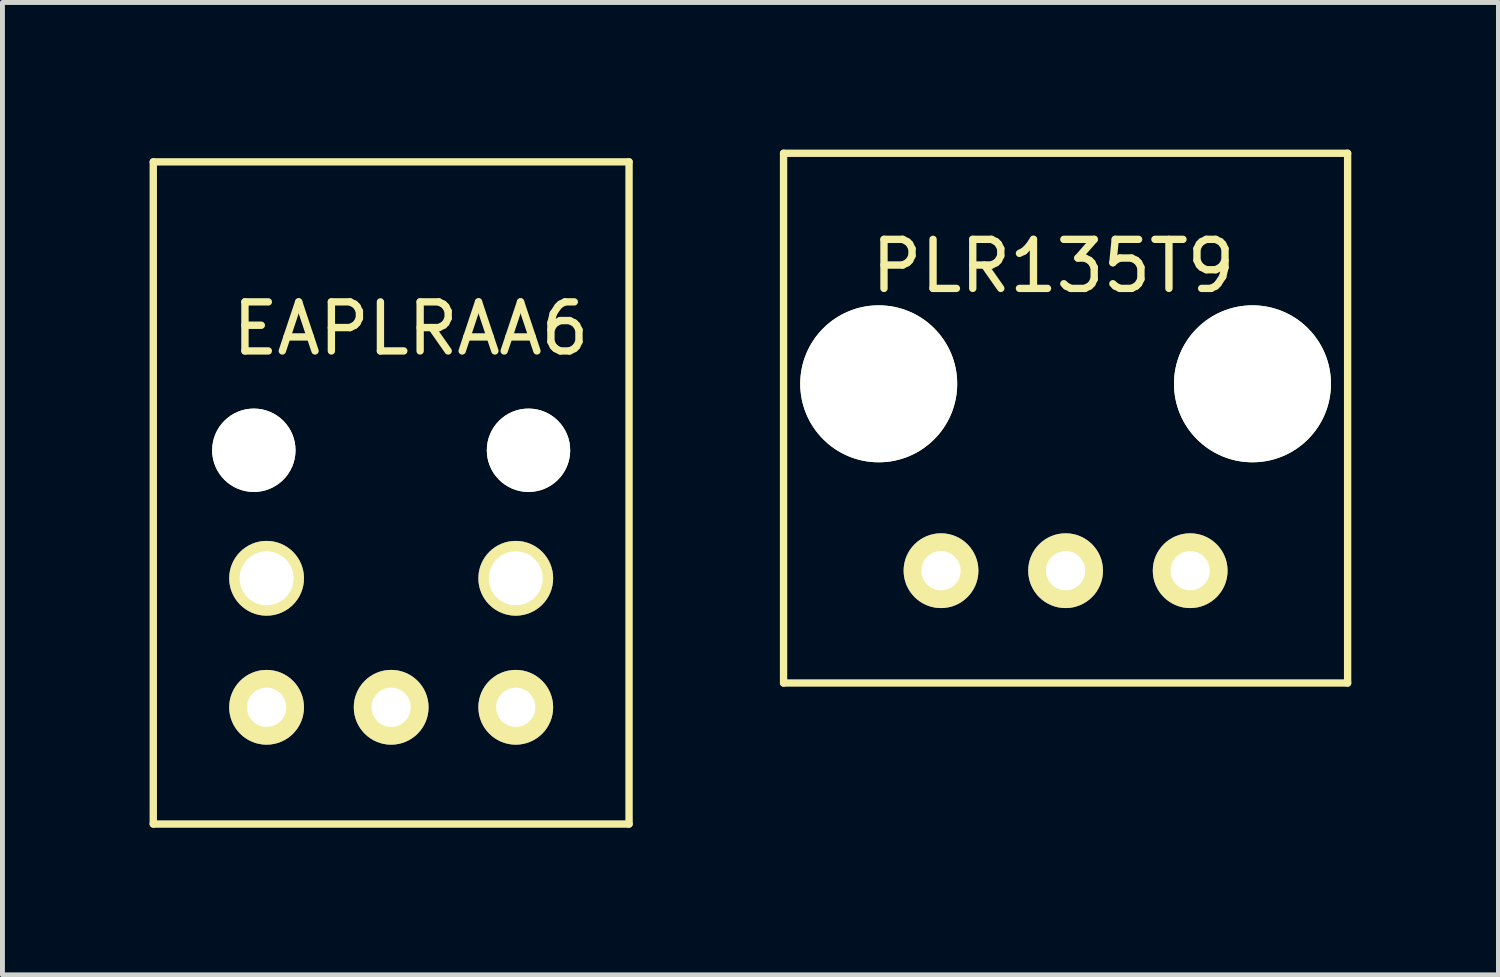
<source format=kicad_pcb>
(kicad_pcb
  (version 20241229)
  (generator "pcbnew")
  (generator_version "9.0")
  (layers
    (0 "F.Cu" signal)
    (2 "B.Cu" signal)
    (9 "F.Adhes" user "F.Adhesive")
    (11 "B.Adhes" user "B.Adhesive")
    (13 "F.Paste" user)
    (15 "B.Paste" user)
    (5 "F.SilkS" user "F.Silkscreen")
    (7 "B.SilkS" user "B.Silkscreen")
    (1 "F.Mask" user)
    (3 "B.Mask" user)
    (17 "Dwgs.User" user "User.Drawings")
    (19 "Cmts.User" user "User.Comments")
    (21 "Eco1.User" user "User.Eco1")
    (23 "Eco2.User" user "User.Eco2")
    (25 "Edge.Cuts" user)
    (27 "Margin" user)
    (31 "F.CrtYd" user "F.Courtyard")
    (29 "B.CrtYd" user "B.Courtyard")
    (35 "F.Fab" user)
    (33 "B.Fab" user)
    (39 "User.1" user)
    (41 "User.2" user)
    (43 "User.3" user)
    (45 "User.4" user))
  (footprint "PLR135T9"
    (layer "F.Cu")
    (at 18.675 8.585)
    (property "Reference" "PLR135T9" (at -0.25 -6.21 0) (layer "F.SilkS") (effects (font (size 1 1) (thickness 0.15))))
    (attr through_hole)
    (fp_line (start -5.75 -8.51) (end 5.75 -8.51) (stroke (width 0.15) (type solid)) (layer "F.SilkS"))
    (fp_line (start -5.75 2.29) (end -5.75 -8.51) (stroke (width 0.15) (type solid)) (layer "F.SilkS"))
    (fp_line (start -5.75 2.29) (end 5.75 2.29) (stroke (width 0.15) (type solid)) (layer "F.SilkS"))
    (fp_line (start 5.75 2.29) (end 5.75 -8.51) (stroke (width 0.15) (type solid)) (layer "F.SilkS"))
    (pad "" np_thru_hole circle (at -3.81 -3.81) (size 3.2 3.2) (drill 3.2) (layers "*.Cu" "*.Mask" "F.SilkS"))
    (pad "" np_thru_hole circle (at 3.81 -3.81) (size 3.2 3.2) (drill 3.2) (layers "*.Cu" "*.Mask" "F.SilkS"))
    (pad "1" thru_hole circle (at -2.54 0) (size 1.524 1.524) (drill 0.8) (layers "*.Cu" "*.Mask" "F.SilkS"))
    (pad "2" thru_hole circle (at 0 0) (size 1.524 1.524) (drill 0.8) (layers "*.Cu" "*.Mask" "F.SilkS"))
    (pad "3" thru_hole circle (at 2.54 0) (size 1.524 1.524) (drill 0.8) (layers "*.Cu" "*.Mask" "F.SilkS")))
  (footprint "EAPLRAA6"
    (layer "F.Cu")
    (at 4.925 0.25)
    (property "Reference" "EAPLRAA6" (at 0.4 3.4 0) (layer "F.SilkS") (effects (font (size 1 1) (thickness 0.15))))
    (attr through_hole)
    (fp_line (start -4.85 0) (end 4.85 0) (stroke (width 0.15) (type solid)) (layer "F.SilkS"))
    (fp_line (start -4.85 13.5) (end -4.85 0) (stroke (width 0.15) (type solid)) (layer "F.SilkS"))
    (fp_line (start 4.85 0) (end 4.85 13.5) (stroke (width 0.15) (type solid)) (layer "F.SilkS"))
    (fp_line (start 4.85 13.5) (end -4.85 13.5) (stroke (width 0.15) (type solid)) (layer "F.SilkS"))
    (pad "" np_thru_hole circle (at -2.8 5.88) (size 1.7 1.7) (drill 1.7) (layers "*.Cu" "*.Mask" "F.SilkS"))
    (pad "" np_thru_hole circle (at -2.54 8.49) (size 1.524 1.524) (drill 1.1) (layers "*.Cu" "*.Mask" "F.SilkS"))
    (pad "" np_thru_hole circle (at 2.54 8.49) (size 1.524 1.524) (drill 1.1) (layers "*.Cu" "*.Mask" "F.SilkS"))
    (pad "" np_thru_hole circle (at 2.8 5.88) (size 1.7 1.7) (drill 1.7) (layers "*.Cu" "*.Mask" "F.SilkS"))
    (pad "1" thru_hole circle (at 2.54 11.12) (size 1.524 1.524) (drill 0.8) (layers "*.Cu" "*.Mask" "F.SilkS"))
    (pad "2" thru_hole circle (at 0 11.12) (size 1.524 1.524) (drill 0.8) (layers "*.Cu" "*.Mask" "F.SilkS"))
    (pad "3" thru_hole circle (at -2.54 11.12) (size 1.524 1.524) (drill 0.8) (layers "*.Cu" "*.Mask" "F.SilkS")))
  (gr_rect
    (start -3 -3)
    (end 27.5 16.825)
    (stroke (width 0.1) (type default))
    (fill no)
    (layer "Edge.Cuts")))
</source>
